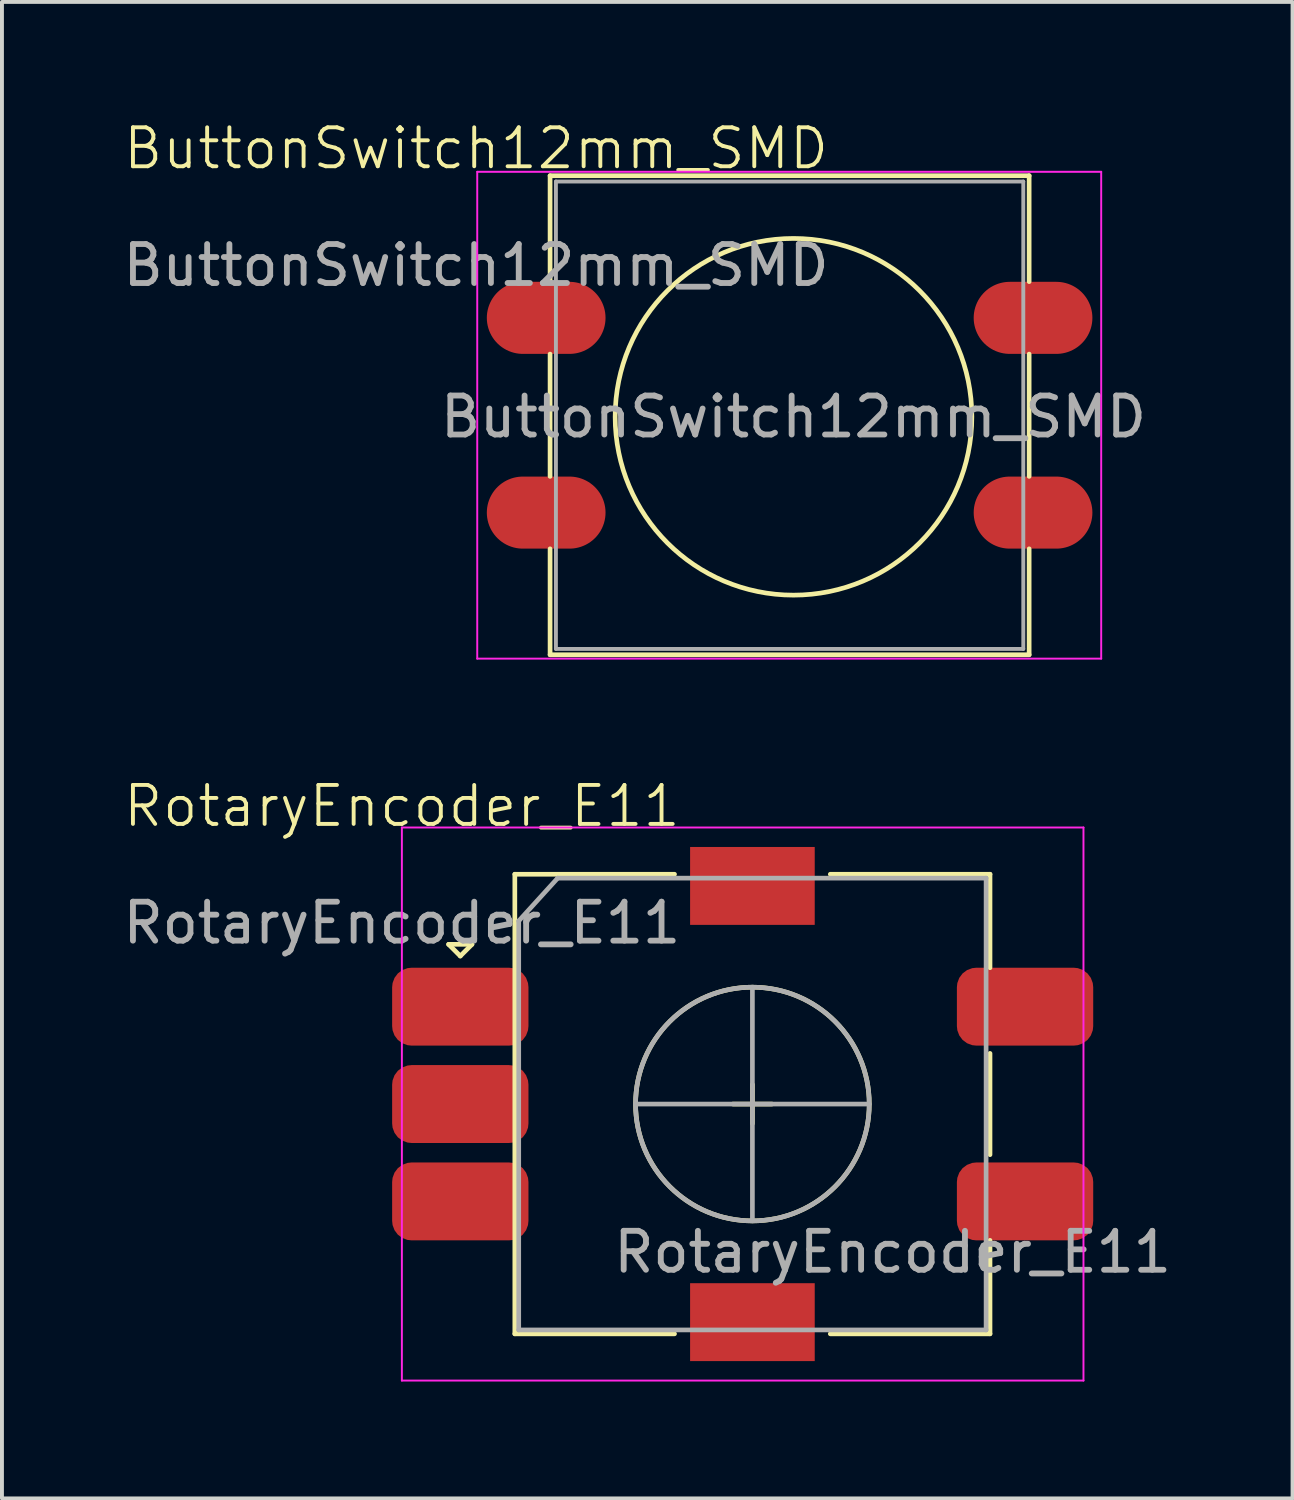
<source format=kicad_pcb>
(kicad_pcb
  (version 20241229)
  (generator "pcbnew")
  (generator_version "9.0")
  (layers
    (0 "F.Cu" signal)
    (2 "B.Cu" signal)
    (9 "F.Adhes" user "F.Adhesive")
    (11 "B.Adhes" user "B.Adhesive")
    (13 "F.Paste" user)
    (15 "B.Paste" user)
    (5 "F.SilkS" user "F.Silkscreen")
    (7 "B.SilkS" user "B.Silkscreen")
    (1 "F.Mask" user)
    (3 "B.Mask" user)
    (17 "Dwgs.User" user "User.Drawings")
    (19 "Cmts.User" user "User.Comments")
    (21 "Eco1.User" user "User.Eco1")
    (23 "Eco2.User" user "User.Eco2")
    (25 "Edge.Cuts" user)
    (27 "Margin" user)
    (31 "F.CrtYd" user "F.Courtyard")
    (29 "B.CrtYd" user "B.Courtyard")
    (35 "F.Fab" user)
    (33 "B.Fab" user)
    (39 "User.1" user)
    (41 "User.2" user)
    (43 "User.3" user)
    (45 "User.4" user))
  (footprint "ButtonSwitch12mm_SMD"
    (layer "F.Cu")
    (at 17.323 7.651)
    (property "Reference" "ButtonSwitch12mm_SMD" (at -8.15 -6.89 0) (unlocked yes) (layer "F.SilkS") (effects (font (size 1 1) (thickness 0.1))))
    (attr smd)
    (fp_line (start -6.25 -6.19) (end 6.05 -6.19) (stroke (width 0.12) (type solid)) (layer "F.SilkS"))
    (fp_line (start -6.25 -3.47) (end -6.25 -6.19) (stroke (width 0.12) (type solid)) (layer "F.SilkS"))
    (fp_line (start -6.25 1.53) (end -6.25 -1.61) (stroke (width 0.12) (type solid)) (layer "F.SilkS"))
    (fp_line (start -6.25 6.11) (end -6.25 3.39) (stroke (width 0.12) (type solid)) (layer "F.SilkS"))
    (fp_line (start 6.05 -6.19) (end 6.05 -3.47) (stroke (width 0.12) (type solid)) (layer "F.SilkS"))
    (fp_line (start 6.05 -1.61) (end 6.05 1.53) (stroke (width 0.12) (type solid)) (layer "F.SilkS"))
    (fp_line (start 6.05 3.39) (end 6.05 6.11) (stroke (width 0.12) (type solid)) (layer "F.SilkS"))
    (fp_line (start 6.05 6.11) (end -6.25 6.11) (stroke (width 0.12) (type solid)) (layer "F.SilkS"))
    (fp_circle (center 0 0) (end 3.81 2.54) (stroke (width 0.12) (type solid)) (fill no) (layer "F.SilkS"))
    (fp_line (start -8.12 -6.29) (end -8.12 6.21) (stroke (width 0.05) (type solid)) (layer "F.CrtYd"))
    (fp_line (start -8.12 -6.29) (end 7.9 -6.29) (stroke (width 0.05) (type solid)) (layer "F.CrtYd"))
    (fp_line (start 7.9 6.21) (end -8.12 6.21) (stroke (width 0.05) (type solid)) (layer "F.CrtYd"))
    (fp_line (start 7.9 6.21) (end 7.9 -6.29) (stroke (width 0.05) (type solid)) (layer "F.CrtYd"))
    (fp_line (start -6.1 -6.04) (end -6.1 5.96) (stroke (width 0.1) (type solid)) (layer "F.Fab"))
    (fp_line (start -6.1 -6.04) (end 5.9 -6.04) (stroke (width 0.1) (type solid)) (layer "F.Fab"))
    (fp_line (start -6.1 5.96) (end 5.9 5.96) (stroke (width 0.1) (type solid)) (layer "F.Fab"))
    (fp_line (start 5.9 -6.04) (end 5.9 5.96) (stroke (width 0.1) (type solid)) (layer "F.Fab"))
    (fp_text user "${REFERENCE}" (at 0 0 0) (layer "F.Fab") (effects (font (size 1 1) (thickness 0.15))))
    (fp_text user "${REFERENCE}" (at -8.15 -3.89 0) (unlocked yes) (layer "F.Fab") (effects (font (size 1 1) (thickness 0.15))))
    (pad "1" smd oval (at -6.35 -2.54) (size 3.048 1.85) (layers "F.Cu" "F.Mask" "F.Paste"))
    (pad "1" smd oval (at 6.15 -2.54) (size 3.048 1.85) (layers "F.Cu" "F.Mask" "F.Paste"))
    (pad "2" smd oval (at -6.35 2.46) (size 3.048 1.85) (layers "F.Cu" "F.Mask" "F.Paste"))
    (pad "2" smd oval (at 6.15 2.46) (size 3.048 1.85) (layers "F.Cu" "F.Mask" "F.Paste")))
  (footprint "RotaryEncoder_E11"
    (layer "F.Cu")
    (at 7.268 18.146)
    (property "Reference" "RotaryEncoder_E11" (at 0 -0.5 0) (unlocked yes) (layer "F.SilkS") (effects (font (size 1 1) (thickness 0.1))))
    (attr smd)
    (fp_line (start 1.2 3.05) (end 1.8 3.05) (stroke (width 0.12) (type solid)) (layer "F.SilkS"))
    (fp_line (start 1.5 3.35) (end 1.2 3.05) (stroke (width 0.12) (type solid)) (layer "F.SilkS"))
    (fp_line (start 1.8 3.05) (end 1.5 3.35) (stroke (width 0.12) (type solid)) (layer "F.SilkS"))
    (fp_line (start 2.9 1.25) (end 2.9 13.05) (stroke (width 0.12) (type solid)) (layer "F.SilkS"))
    (fp_line (start 7 1.25) (end 2.9 1.25) (stroke (width 0.12) (type solid)) (layer "F.SilkS"))
    (fp_line (start 7 13.05) (end 2.9 13.05) (stroke (width 0.12) (type solid)) (layer "F.SilkS"))
    (fp_line (start 8.5 7.15) (end 9.5 7.15) (stroke (width 0.12) (type solid)) (layer "F.SilkS"))
    (fp_line (start 9 6.65) (end 9 7.65) (stroke (width 0.12) (type solid)) (layer "F.SilkS"))
    (fp_line (start 11 1.25) (end 15.1 1.25) (stroke (width 0.12) (type solid)) (layer "F.SilkS"))
    (fp_line (start 15.1 1.25) (end 15.1 3.65) (stroke (width 0.12) (type solid)) (layer "F.SilkS"))
    (fp_line (start 15.1 5.85) (end 15.1 8.45) (stroke (width 0.12) (type solid)) (layer "F.SilkS"))
    (fp_line (start 15.1 10.65) (end 15.1 13.05) (stroke (width 0.12) (type solid)) (layer "F.SilkS"))
    (fp_line (start 15.1 13.05) (end 11 13.05) (stroke (width 0.12) (type solid)) (layer "F.SilkS"))
    (fp_circle (center 9 7.15) (end 12 7.15) (stroke (width 0.12) (type solid)) (fill no) (layer "F.SilkS"))
    (fp_line (start 0 0.05) (end 0 14.25) (stroke (width 0.05) (type solid)) (layer "F.CrtYd"))
    (fp_line (start 0 0.05) (end 17.5 0.05) (stroke (width 0.05) (type solid)) (layer "F.CrtYd"))
    (fp_line (start 17.5 14.25) (end 0 14.25) (stroke (width 0.05) (type solid)) (layer "F.CrtYd"))
    (fp_line (start 17.5 14.25) (end 17.5 0.05) (stroke (width 0.05) (type solid)) (layer "F.CrtYd"))
    (fp_line (start 3 2.45) (end 4 1.35) (stroke (width 0.12) (type solid)) (layer "F.Fab"))
    (fp_line (start 3 12.95) (end 3 2.45) (stroke (width 0.12) (type solid)) (layer "F.Fab"))
    (fp_line (start 4 1.35) (end 15 1.35) (stroke (width 0.12) (type solid)) (layer "F.Fab"))
    (fp_line (start 6 7.15) (end 12 7.15) (stroke (width 0.12) (type solid)) (layer "F.Fab"))
    (fp_line (start 9 4.15) (end 9 10.15) (stroke (width 0.12) (type solid)) (layer "F.Fab"))
    (fp_line (start 15 1.35) (end 15 12.95) (stroke (width 0.12) (type solid)) (layer "F.Fab"))
    (fp_line (start 15 12.95) (end 3 12.95) (stroke (width 0.12) (type solid)) (layer "F.Fab"))
    (fp_circle (center 9 7.15) (end 12 7.15) (stroke (width 0.12) (type solid)) (fill no) (layer "F.Fab"))
    (fp_text user "${REFERENCE}" (at 0 2.5 0) (unlocked yes) (layer "F.Fab") (effects (font (size 1 1) (thickness 0.15))))
    (fp_text user "${REFERENCE}" (at 12.6 10.95 0) (layer "F.Fab") (effects (font (size 1 1) (thickness 0.15))))
    (pad "A" smd roundrect (at 1.5 4.65) (size 3.5 2) (layers "F.Cu" "F.Mask" "F.Paste") (roundrect_rratio 0.25))
    (pad "B" smd roundrect (at 1.5 9.65) (size 3.5 2) (layers "F.Cu" "F.Mask" "F.Paste") (roundrect_rratio 0.25))
    (pad "C" smd roundrect (at 1.5 7.15) (size 3.5 2) (layers "F.Cu" "F.Mask" "F.Paste") (roundrect_rratio 0.25))
    (pad "MP" smd rect (at 9 1.55) (size 3.2 2) (layers "F.Cu" "F.Mask" "F.Paste"))
    (pad "MP" smd rect (at 9 12.75) (size 3.2 2) (layers "F.Cu" "F.Mask" "F.Paste"))
    (pad "S1" smd roundrect (at 16 9.65) (size 3.5 2) (layers "F.Cu" "F.Mask" "F.Paste") (roundrect_rratio 0.25))
    (pad "S2" smd roundrect (at 16 4.65) (size 3.5 2) (layers "F.Cu" "F.Mask" "F.Paste") (roundrect_rratio 0.25)))
  (gr_rect
    (start -3 -3)
    (end 30.136 35.421)
    (stroke (width 0.1) (type default))
    (fill no)
    (layer "Edge.Cuts")))
</source>
